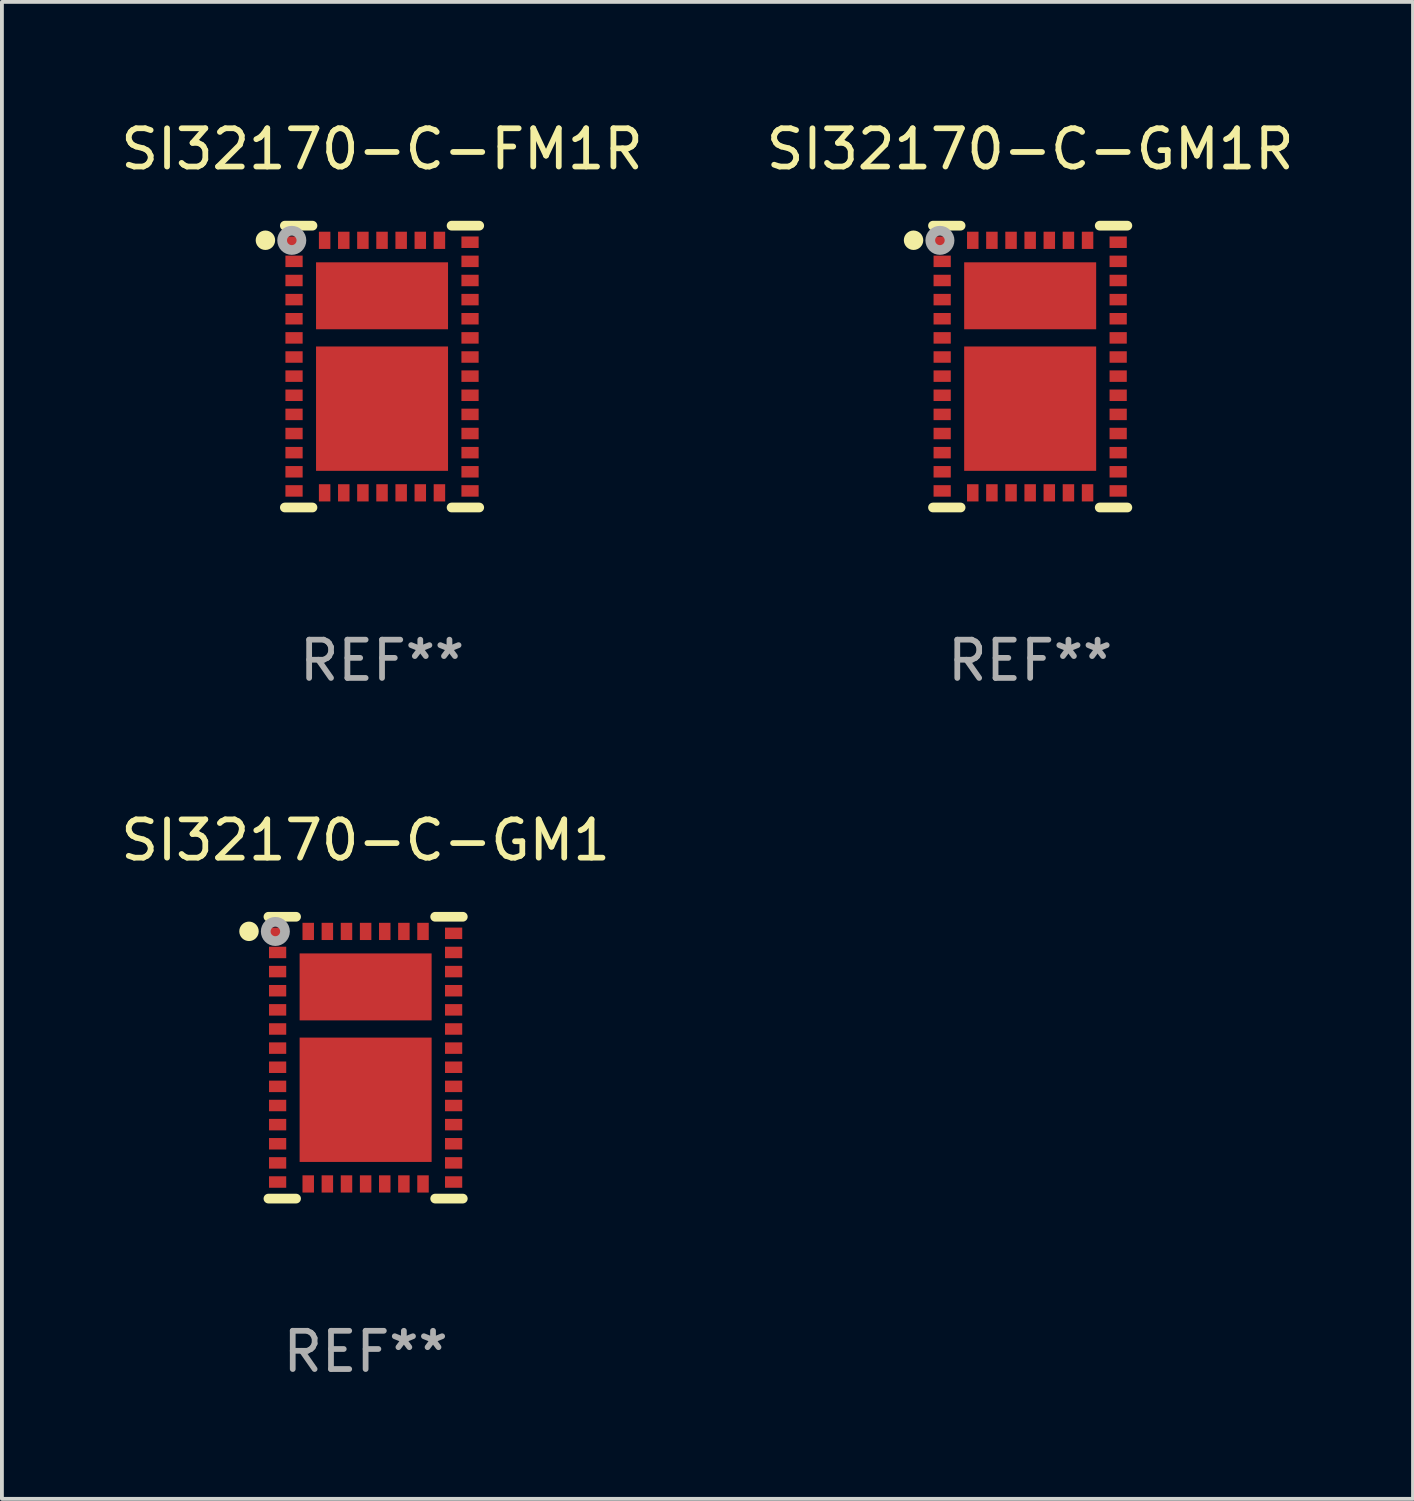
<source format=kicad_pcb>
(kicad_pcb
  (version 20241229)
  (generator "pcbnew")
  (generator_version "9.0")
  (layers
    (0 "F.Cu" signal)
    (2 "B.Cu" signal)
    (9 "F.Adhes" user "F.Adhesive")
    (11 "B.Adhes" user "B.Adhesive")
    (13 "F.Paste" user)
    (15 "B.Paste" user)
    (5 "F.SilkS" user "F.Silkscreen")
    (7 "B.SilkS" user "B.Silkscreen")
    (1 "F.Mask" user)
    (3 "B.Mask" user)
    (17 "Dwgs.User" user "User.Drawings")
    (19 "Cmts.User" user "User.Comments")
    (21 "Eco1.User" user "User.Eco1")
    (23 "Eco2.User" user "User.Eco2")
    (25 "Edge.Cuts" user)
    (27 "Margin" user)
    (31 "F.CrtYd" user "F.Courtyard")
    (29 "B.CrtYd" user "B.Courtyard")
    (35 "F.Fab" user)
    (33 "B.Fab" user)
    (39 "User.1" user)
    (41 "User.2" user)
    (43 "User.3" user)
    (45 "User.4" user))
  (footprint "SI32170-C-GM1R"
    (layer "F.Cu")
    (at 23.875 6.531)
    (property "Reference" "SI32170-C-GM1R" (at 0 -5.683 0) (layer "F.SilkS") (effects (font (size 1 1) (thickness 0.15))))
    (attr through_hole)
    (fp_line (start -1.818 -3.683) (end -2.54 -3.683) (stroke (width 0.254) (type solid)) (layer "F.SilkS"))
    (fp_line (start -1.818 3.683) (end -2.54 3.683) (stroke (width 0.254) (type solid)) (layer "F.SilkS"))
    (fp_line (start 1.818 -3.683) (end 2.54 -3.683) (stroke (width 0.254) (type solid)) (layer "F.SilkS"))
    (fp_line (start 1.818 3.683) (end 2.54 3.683) (stroke (width 0.254) (type solid)) (layer "F.SilkS"))
    (fp_circle (center -3.048 -3.302) (end -2.921 -3.302) (stroke (width 0.254) (type solid)) (fill no) (layer "F.SilkS"))
    (fp_circle (center -2.5 -3.5) (end -2.47 -3.5) (stroke (width 0.06) (type solid)) (fill no) (layer "F.SilkS"))
    (fp_circle (center -2.359 -3.299) (end -2.234 -3.299) (stroke (width 0.254) (type solid)) (fill no) (layer "F.Fab"))
    (fp_text user "REF**" (at 0 7.683 0) (layer "F.Fab") (effects (font (size 1 1) (thickness 0.15))))
    (pad "1" smd rect (at -2.3 -3.25) (size 0.45 0.3) (layers "F.Cu" "F.Mask" "F.Paste"))
    (pad "2" smd rect (at -2.3 -2.75) (size 0.45 0.3) (layers "F.Cu" "F.Mask" "F.Paste"))
    (pad "3" smd rect (at -2.3 -2.25) (size 0.45 0.3) (layers "F.Cu" "F.Mask" "F.Paste"))
    (pad "4" smd rect (at -2.3 -1.75) (size 0.45 0.3) (layers "F.Cu" "F.Mask" "F.Paste"))
    (pad "5" smd rect (at -2.3 -1.25) (size 0.45 0.3) (layers "F.Cu" "F.Mask" "F.Paste"))
    (pad "6" smd rect (at -2.3 -0.75) (size 0.45 0.3) (layers "F.Cu" "F.Mask" "F.Paste"))
    (pad "7" smd rect (at -2.3 -0.25) (size 0.45 0.3) (layers "F.Cu" "F.Mask" "F.Paste"))
    (pad "8" smd rect (at -2.3 0.25) (size 0.45 0.3) (layers "F.Cu" "F.Mask" "F.Paste"))
    (pad "9" smd rect (at -2.3 0.75) (size 0.45 0.3) (layers "F.Cu" "F.Mask" "F.Paste"))
    (pad "10" smd rect (at -2.3 1.25) (size 0.45 0.3) (layers "F.Cu" "F.Mask" "F.Paste"))
    (pad "11" smd rect (at -2.3 1.75) (size 0.45 0.3) (layers "F.Cu" "F.Mask" "F.Paste"))
    (pad "12" smd rect (at -2.3 2.25) (size 0.45 0.3) (layers "F.Cu" "F.Mask" "F.Paste"))
    (pad "13" smd rect (at -2.3 2.75) (size 0.45 0.3) (layers "F.Cu" "F.Mask" "F.Paste"))
    (pad "14" smd rect (at -2.3 3.25) (size 0.45 0.3) (layers "F.Cu" "F.Mask" "F.Paste"))
    (pad "15" smd rect (at -1.5 3.3 90) (size 0.45 0.3) (layers "F.Cu" "F.Mask" "F.Paste"))
    (pad "16" smd rect (at -1 3.3 90) (size 0.45 0.3) (layers "F.Cu" "F.Mask" "F.Paste"))
    (pad "17" smd rect (at -0.5 3.3 90) (size 0.45 0.3) (layers "F.Cu" "F.Mask" "F.Paste"))
    (pad "18" smd rect (at 0 3.3 90) (size 0.45 0.3) (layers "F.Cu" "F.Mask" "F.Paste"))
    (pad "19" smd rect (at 0.5 3.3 90) (size 0.45 0.3) (layers "F.Cu" "F.Mask" "F.Paste"))
    (pad "20" smd rect (at 1 3.3 90) (size 0.45 0.3) (layers "F.Cu" "F.Mask" "F.Paste"))
    (pad "21" smd rect (at 1.5 3.3 90) (size 0.45 0.3) (layers "F.Cu" "F.Mask" "F.Paste"))
    (pad "22" smd rect (at 2.3 3.25 180) (size 0.45 0.3) (layers "F.Cu" "F.Mask" "F.Paste"))
    (pad "23" smd rect (at 2.3 2.75 180) (size 0.45 0.3) (layers "F.Cu" "F.Mask" "F.Paste"))
    (pad "24" smd rect (at 2.3 2.25 180) (size 0.45 0.3) (layers "F.Cu" "F.Mask" "F.Paste"))
    (pad "25" smd rect (at 2.3 1.75 180) (size 0.45 0.3) (layers "F.Cu" "F.Mask" "F.Paste"))
    (pad "26" smd rect (at 2.3 1.25 180) (size 0.45 0.3) (layers "F.Cu" "F.Mask" "F.Paste"))
    (pad "27" smd rect (at 2.3 0.75 180) (size 0.45 0.3) (layers "F.Cu" "F.Mask" "F.Paste"))
    (pad "28" smd rect (at 2.3 0.25 180) (size 0.45 0.3) (layers "F.Cu" "F.Mask" "F.Paste"))
    (pad "29" smd rect (at 2.3 -0.25 180) (size 0.45 0.3) (layers "F.Cu" "F.Mask" "F.Paste"))
    (pad "30" smd rect (at 2.3 -0.75 180) (size 0.45 0.3) (layers "F.Cu" "F.Mask" "F.Paste"))
    (pad "31" smd rect (at 2.3 -1.25 180) (size 0.45 0.3) (layers "F.Cu" "F.Mask" "F.Paste"))
    (pad "32" smd rect (at 2.3 -1.75 180) (size 0.45 0.3) (layers "F.Cu" "F.Mask" "F.Paste"))
    (pad "33" smd rect (at 2.3 -2.25 180) (size 0.45 0.3) (layers "F.Cu" "F.Mask" "F.Paste"))
    (pad "34" smd rect (at 2.3 -2.75 180) (size 0.45 0.3) (layers "F.Cu" "F.Mask" "F.Paste"))
    (pad "35" smd rect (at 2.3 -3.25 180) (size 0.45 0.3) (layers "F.Cu" "F.Mask" "F.Paste"))
    (pad "36" smd rect (at 1.5 -3.3 270) (size 0.45 0.3) (layers "F.Cu" "F.Mask" "F.Paste"))
    (pad "37" smd rect (at 1 -3.3 270) (size 0.45 0.3) (layers "F.Cu" "F.Mask" "F.Paste"))
    (pad "38" smd rect (at 0.5 -3.3 270) (size 0.45 0.3) (layers "F.Cu" "F.Mask" "F.Paste"))
    (pad "39" smd rect (at 0 -3.3 270) (size 0.45 0.3) (layers "F.Cu" "F.Mask" "F.Paste"))
    (pad "40" smd rect (at -0.5 -3.3 270) (size 0.45 0.3) (layers "F.Cu" "F.Mask" "F.Paste"))
    (pad "41" smd rect (at -1 -3.3 270) (size 0.45 0.3) (layers "F.Cu" "F.Mask" "F.Paste"))
    (pad "42" smd rect (at -1.5 -3.3 270) (size 0.45 0.3) (layers "F.Cu" "F.Mask" "F.Paste"))
    (pad "43" smd rect (at 0 1.1 270) (size 3.25 3.45) (layers "F.Cu" "F.Mask" "F.Paste"))
    (pad "44" smd rect (at 0 -1.85 270) (size 1.75 3.45) (layers "F.Cu" "F.Mask" "F.Paste")))
  (footprint "SI32170-C-FM1R"
    (layer "F.Cu")
    (at 6.935 6.531)
    (property "Reference" "SI32170-C-FM1R" (at 0 -5.683 0) (layer "F.SilkS") (effects (font (size 1 1) (thickness 0.15))))
    (attr through_hole)
    (fp_line (start -1.818 -3.683) (end -2.54 -3.683) (stroke (width 0.254) (type solid)) (layer "F.SilkS"))
    (fp_line (start -1.818 3.683) (end -2.54 3.683) (stroke (width 0.254) (type solid)) (layer "F.SilkS"))
    (fp_line (start 1.818 -3.683) (end 2.54 -3.683) (stroke (width 0.254) (type solid)) (layer "F.SilkS"))
    (fp_line (start 1.818 3.683) (end 2.54 3.683) (stroke (width 0.254) (type solid)) (layer "F.SilkS"))
    (fp_circle (center -3.048 -3.302) (end -2.921 -3.302) (stroke (width 0.254) (type solid)) (fill no) (layer "F.SilkS"))
    (fp_circle (center -2.5 -3.5) (end -2.47 -3.5) (stroke (width 0.06) (type solid)) (fill no) (layer "F.SilkS"))
    (fp_circle (center -2.359 -3.299) (end -2.234 -3.299) (stroke (width 0.254) (type solid)) (fill no) (layer "F.Fab"))
    (fp_text user "REF**" (at 0 7.683 0) (layer "F.Fab") (effects (font (size 1 1) (thickness 0.15))))
    (pad "1" smd rect (at -2.3 -3.25) (size 0.45 0.3) (layers "F.Cu" "F.Mask" "F.Paste"))
    (pad "2" smd rect (at -2.3 -2.75) (size 0.45 0.3) (layers "F.Cu" "F.Mask" "F.Paste"))
    (pad "3" smd rect (at -2.3 -2.25) (size 0.45 0.3) (layers "F.Cu" "F.Mask" "F.Paste"))
    (pad "4" smd rect (at -2.3 -1.75) (size 0.45 0.3) (layers "F.Cu" "F.Mask" "F.Paste"))
    (pad "5" smd rect (at -2.3 -1.25) (size 0.45 0.3) (layers "F.Cu" "F.Mask" "F.Paste"))
    (pad "6" smd rect (at -2.3 -0.75) (size 0.45 0.3) (layers "F.Cu" "F.Mask" "F.Paste"))
    (pad "7" smd rect (at -2.3 -0.25) (size 0.45 0.3) (layers "F.Cu" "F.Mask" "F.Paste"))
    (pad "8" smd rect (at -2.3 0.25) (size 0.45 0.3) (layers "F.Cu" "F.Mask" "F.Paste"))
    (pad "9" smd rect (at -2.3 0.75) (size 0.45 0.3) (layers "F.Cu" "F.Mask" "F.Paste"))
    (pad "10" smd rect (at -2.3 1.25) (size 0.45 0.3) (layers "F.Cu" "F.Mask" "F.Paste"))
    (pad "11" smd rect (at -2.3 1.75) (size 0.45 0.3) (layers "F.Cu" "F.Mask" "F.Paste"))
    (pad "12" smd rect (at -2.3 2.25) (size 0.45 0.3) (layers "F.Cu" "F.Mask" "F.Paste"))
    (pad "13" smd rect (at -2.3 2.75) (size 0.45 0.3) (layers "F.Cu" "F.Mask" "F.Paste"))
    (pad "14" smd rect (at -2.3 3.25) (size 0.45 0.3) (layers "F.Cu" "F.Mask" "F.Paste"))
    (pad "15" smd rect (at -1.5 3.3 90) (size 0.45 0.3) (layers "F.Cu" "F.Mask" "F.Paste"))
    (pad "16" smd rect (at -1 3.3 90) (size 0.45 0.3) (layers "F.Cu" "F.Mask" "F.Paste"))
    (pad "17" smd rect (at -0.5 3.3 90) (size 0.45 0.3) (layers "F.Cu" "F.Mask" "F.Paste"))
    (pad "18" smd rect (at 0 3.3 90) (size 0.45 0.3) (layers "F.Cu" "F.Mask" "F.Paste"))
    (pad "19" smd rect (at 0.5 3.3 90) (size 0.45 0.3) (layers "F.Cu" "F.Mask" "F.Paste"))
    (pad "20" smd rect (at 1 3.3 90) (size 0.45 0.3) (layers "F.Cu" "F.Mask" "F.Paste"))
    (pad "21" smd rect (at 1.5 3.3 90) (size 0.45 0.3) (layers "F.Cu" "F.Mask" "F.Paste"))
    (pad "22" smd rect (at 2.3 3.25 180) (size 0.45 0.3) (layers "F.Cu" "F.Mask" "F.Paste"))
    (pad "23" smd rect (at 2.3 2.75 180) (size 0.45 0.3) (layers "F.Cu" "F.Mask" "F.Paste"))
    (pad "24" smd rect (at 2.3 2.25 180) (size 0.45 0.3) (layers "F.Cu" "F.Mask" "F.Paste"))
    (pad "25" smd rect (at 2.3 1.75 180) (size 0.45 0.3) (layers "F.Cu" "F.Mask" "F.Paste"))
    (pad "26" smd rect (at 2.3 1.25 180) (size 0.45 0.3) (layers "F.Cu" "F.Mask" "F.Paste"))
    (pad "27" smd rect (at 2.3 0.75 180) (size 0.45 0.3) (layers "F.Cu" "F.Mask" "F.Paste"))
    (pad "28" smd rect (at 2.3 0.25 180) (size 0.45 0.3) (layers "F.Cu" "F.Mask" "F.Paste"))
    (pad "29" smd rect (at 2.3 -0.25 180) (size 0.45 0.3) (layers "F.Cu" "F.Mask" "F.Paste"))
    (pad "30" smd rect (at 2.3 -0.75 180) (size 0.45 0.3) (layers "F.Cu" "F.Mask" "F.Paste"))
    (pad "31" smd rect (at 2.3 -1.25 180) (size 0.45 0.3) (layers "F.Cu" "F.Mask" "F.Paste"))
    (pad "32" smd rect (at 2.3 -1.75 180) (size 0.45 0.3) (layers "F.Cu" "F.Mask" "F.Paste"))
    (pad "33" smd rect (at 2.3 -2.25 180) (size 0.45 0.3) (layers "F.Cu" "F.Mask" "F.Paste"))
    (pad "34" smd rect (at 2.3 -2.75 180) (size 0.45 0.3) (layers "F.Cu" "F.Mask" "F.Paste"))
    (pad "35" smd rect (at 2.3 -3.25 180) (size 0.45 0.3) (layers "F.Cu" "F.Mask" "F.Paste"))
    (pad "36" smd rect (at 1.5 -3.3 270) (size 0.45 0.3) (layers "F.Cu" "F.Mask" "F.Paste"))
    (pad "37" smd rect (at 1 -3.3 270) (size 0.45 0.3) (layers "F.Cu" "F.Mask" "F.Paste"))
    (pad "38" smd rect (at 0.5 -3.3 270) (size 0.45 0.3) (layers "F.Cu" "F.Mask" "F.Paste"))
    (pad "39" smd rect (at 0 -3.3 270) (size 0.45 0.3) (layers "F.Cu" "F.Mask" "F.Paste"))
    (pad "40" smd rect (at -0.5 -3.3 270) (size 0.45 0.3) (layers "F.Cu" "F.Mask" "F.Paste"))
    (pad "41" smd rect (at -1 -3.3 270) (size 0.45 0.3) (layers "F.Cu" "F.Mask" "F.Paste"))
    (pad "42" smd rect (at -1.5 -3.3 270) (size 0.45 0.3) (layers "F.Cu" "F.Mask" "F.Paste"))
    (pad "43" smd rect (at 0 1.1 270) (size 3.25 3.45) (layers "F.Cu" "F.Mask" "F.Paste"))
    (pad "44" smd rect (at 0 -1.85 270) (size 1.75 3.45) (layers "F.Cu" "F.Mask" "F.Paste")))
  (footprint "SI32170-C-GM1"
    (layer "F.Cu")
    (at 6.506 24.594)
    (property "Reference" "SI32170-C-GM1" (at 0 -5.683 0) (layer "F.SilkS") (effects (font (size 1 1) (thickness 0.15))))
    (attr through_hole)
    (fp_line (start -1.818 -3.683) (end -2.54 -3.683) (stroke (width 0.254) (type solid)) (layer "F.SilkS"))
    (fp_line (start -1.818 3.683) (end -2.54 3.683) (stroke (width 0.254) (type solid)) (layer "F.SilkS"))
    (fp_line (start 1.818 -3.683) (end 2.54 -3.683) (stroke (width 0.254) (type solid)) (layer "F.SilkS"))
    (fp_line (start 1.818 3.683) (end 2.54 3.683) (stroke (width 0.254) (type solid)) (layer "F.SilkS"))
    (fp_circle (center -3.048 -3.302) (end -2.921 -3.302) (stroke (width 0.254) (type solid)) (fill no) (layer "F.SilkS"))
    (fp_circle (center -2.5 -3.5) (end -2.47 -3.5) (stroke (width 0.06) (type solid)) (fill no) (layer "F.SilkS"))
    (fp_circle (center -2.359 -3.299) (end -2.234 -3.299) (stroke (width 0.254) (type solid)) (fill no) (layer "F.Fab"))
    (fp_text user "REF**" (at 0 7.683 0) (layer "F.Fab") (effects (font (size 1 1) (thickness 0.15))))
    (pad "1" smd rect (at -2.3 -3.25) (size 0.45 0.3) (layers "F.Cu" "F.Mask" "F.Paste"))
    (pad "2" smd rect (at -2.3 -2.75) (size 0.45 0.3) (layers "F.Cu" "F.Mask" "F.Paste"))
    (pad "3" smd rect (at -2.3 -2.25) (size 0.45 0.3) (layers "F.Cu" "F.Mask" "F.Paste"))
    (pad "4" smd rect (at -2.3 -1.75) (size 0.45 0.3) (layers "F.Cu" "F.Mask" "F.Paste"))
    (pad "5" smd rect (at -2.3 -1.25) (size 0.45 0.3) (layers "F.Cu" "F.Mask" "F.Paste"))
    (pad "6" smd rect (at -2.3 -0.75) (size 0.45 0.3) (layers "F.Cu" "F.Mask" "F.Paste"))
    (pad "7" smd rect (at -2.3 -0.25) (size 0.45 0.3) (layers "F.Cu" "F.Mask" "F.Paste"))
    (pad "8" smd rect (at -2.3 0.25) (size 0.45 0.3) (layers "F.Cu" "F.Mask" "F.Paste"))
    (pad "9" smd rect (at -2.3 0.75) (size 0.45 0.3) (layers "F.Cu" "F.Mask" "F.Paste"))
    (pad "10" smd rect (at -2.3 1.25) (size 0.45 0.3) (layers "F.Cu" "F.Mask" "F.Paste"))
    (pad "11" smd rect (at -2.3 1.75) (size 0.45 0.3) (layers "F.Cu" "F.Mask" "F.Paste"))
    (pad "12" smd rect (at -2.3 2.25) (size 0.45 0.3) (layers "F.Cu" "F.Mask" "F.Paste"))
    (pad "13" smd rect (at -2.3 2.75) (size 0.45 0.3) (layers "F.Cu" "F.Mask" "F.Paste"))
    (pad "14" smd rect (at -2.3 3.25) (size 0.45 0.3) (layers "F.Cu" "F.Mask" "F.Paste"))
    (pad "15" smd rect (at -1.5 3.3 90) (size 0.45 0.3) (layers "F.Cu" "F.Mask" "F.Paste"))
    (pad "16" smd rect (at -1 3.3 90) (size 0.45 0.3) (layers "F.Cu" "F.Mask" "F.Paste"))
    (pad "17" smd rect (at -0.5 3.3 90) (size 0.45 0.3) (layers "F.Cu" "F.Mask" "F.Paste"))
    (pad "18" smd rect (at 0 3.3 90) (size 0.45 0.3) (layers "F.Cu" "F.Mask" "F.Paste"))
    (pad "19" smd rect (at 0.5 3.3 90) (size 0.45 0.3) (layers "F.Cu" "F.Mask" "F.Paste"))
    (pad "20" smd rect (at 1 3.3 90) (size 0.45 0.3) (layers "F.Cu" "F.Mask" "F.Paste"))
    (pad "21" smd rect (at 1.5 3.3 90) (size 0.45 0.3) (layers "F.Cu" "F.Mask" "F.Paste"))
    (pad "22" smd rect (at 2.3 3.25 180) (size 0.45 0.3) (layers "F.Cu" "F.Mask" "F.Paste"))
    (pad "23" smd rect (at 2.3 2.75 180) (size 0.45 0.3) (layers "F.Cu" "F.Mask" "F.Paste"))
    (pad "24" smd rect (at 2.3 2.25 180) (size 0.45 0.3) (layers "F.Cu" "F.Mask" "F.Paste"))
    (pad "25" smd rect (at 2.3 1.75 180) (size 0.45 0.3) (layers "F.Cu" "F.Mask" "F.Paste"))
    (pad "26" smd rect (at 2.3 1.25 180) (size 0.45 0.3) (layers "F.Cu" "F.Mask" "F.Paste"))
    (pad "27" smd rect (at 2.3 0.75 180) (size 0.45 0.3) (layers "F.Cu" "F.Mask" "F.Paste"))
    (pad "28" smd rect (at 2.3 0.25 180) (size 0.45 0.3) (layers "F.Cu" "F.Mask" "F.Paste"))
    (pad "29" smd rect (at 2.3 -0.25 180) (size 0.45 0.3) (layers "F.Cu" "F.Mask" "F.Paste"))
    (pad "30" smd rect (at 2.3 -0.75 180) (size 0.45 0.3) (layers "F.Cu" "F.Mask" "F.Paste"))
    (pad "31" smd rect (at 2.3 -1.25 180) (size 0.45 0.3) (layers "F.Cu" "F.Mask" "F.Paste"))
    (pad "32" smd rect (at 2.3 -1.75 180) (size 0.45 0.3) (layers "F.Cu" "F.Mask" "F.Paste"))
    (pad "33" smd rect (at 2.3 -2.25 180) (size 0.45 0.3) (layers "F.Cu" "F.Mask" "F.Paste"))
    (pad "34" smd rect (at 2.3 -2.75 180) (size 0.45 0.3) (layers "F.Cu" "F.Mask" "F.Paste"))
    (pad "35" smd rect (at 2.3 -3.25 180) (size 0.45 0.3) (layers "F.Cu" "F.Mask" "F.Paste"))
    (pad "36" smd rect (at 1.5 -3.3 270) (size 0.45 0.3) (layers "F.Cu" "F.Mask" "F.Paste"))
    (pad "37" smd rect (at 1 -3.3 270) (size 0.45 0.3) (layers "F.Cu" "F.Mask" "F.Paste"))
    (pad "38" smd rect (at 0.5 -3.3 270) (size 0.45 0.3) (layers "F.Cu" "F.Mask" "F.Paste"))
    (pad "39" smd rect (at 0 -3.3 270) (size 0.45 0.3) (layers "F.Cu" "F.Mask" "F.Paste"))
    (pad "40" smd rect (at -0.5 -3.3 270) (size 0.45 0.3) (layers "F.Cu" "F.Mask" "F.Paste"))
    (pad "41" smd rect (at -1 -3.3 270) (size 0.45 0.3) (layers "F.Cu" "F.Mask" "F.Paste"))
    (pad "42" smd rect (at -1.5 -3.3 270) (size 0.45 0.3) (layers "F.Cu" "F.Mask" "F.Paste"))
    (pad "43" smd rect (at 0 1.1 270) (size 3.25 3.45) (layers "F.Cu" "F.Mask" "F.Paste"))
    (pad "44" smd rect (at 0 -1.85 270) (size 1.75 3.45) (layers "F.Cu" "F.Mask" "F.Paste")))
  (gr_rect
    (start -3 -3)
    (end 33.881 36.125)
    (stroke (width 0.1) (type default))
    (fill no)
    (layer "Edge.Cuts")))
</source>
